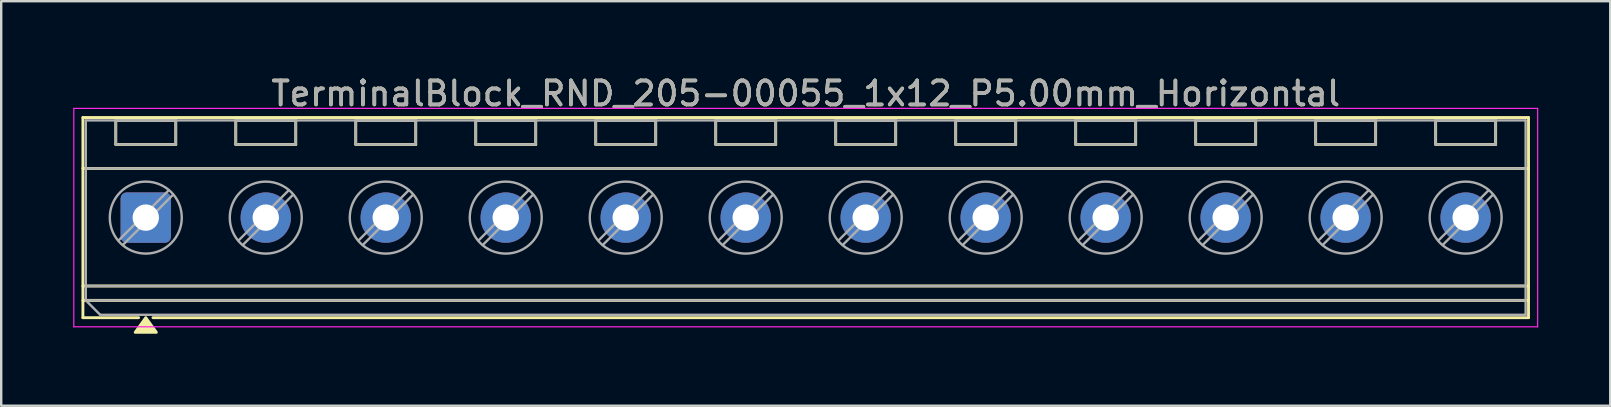
<source format=kicad_pcb>
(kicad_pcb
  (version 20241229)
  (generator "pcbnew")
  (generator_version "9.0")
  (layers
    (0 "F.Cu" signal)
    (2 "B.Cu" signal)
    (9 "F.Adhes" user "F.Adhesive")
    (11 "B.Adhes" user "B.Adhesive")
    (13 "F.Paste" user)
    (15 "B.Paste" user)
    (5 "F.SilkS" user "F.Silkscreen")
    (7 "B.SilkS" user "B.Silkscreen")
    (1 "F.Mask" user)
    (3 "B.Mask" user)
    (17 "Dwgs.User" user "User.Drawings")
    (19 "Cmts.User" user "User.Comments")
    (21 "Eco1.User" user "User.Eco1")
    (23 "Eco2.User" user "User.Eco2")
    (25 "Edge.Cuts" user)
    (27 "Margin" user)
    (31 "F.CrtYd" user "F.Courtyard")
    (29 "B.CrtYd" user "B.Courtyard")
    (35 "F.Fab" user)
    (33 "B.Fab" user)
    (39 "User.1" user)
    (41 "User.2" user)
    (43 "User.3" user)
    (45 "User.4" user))
  (footprint "TerminalBlock_RND_205-00055_1x12_P5.00mm_Horizontal"
    (layer "F.Cu")
    (at 3.025 6.018)
    (property "Reference" "TerminalBlock_RND_205-00055_1x12_P5.00mm_Horizontal" (at 27.5 -5.17 0) (layer "F.SilkS") (effects (font (size 1 1) (thickness 0.15))))
    (attr through_hole)
    (fp_line (start -2.62 -4.17) (end -2.62 4.17) (stroke (width 0.12) (type solid)) (layer "F.SilkS"))
    (fp_line (start -2.62 -4.17) (end 57.62 -4.17) (stroke (width 0.12) (type solid)) (layer "F.SilkS"))
    (fp_line (start -2.62 -2.05) (end 57.62 -2.05) (stroke (width 0.12) (type solid)) (layer "F.SilkS"))
    (fp_line (start -2.62 2.85) (end 57.62 2.85) (stroke (width 0.12) (type solid)) (layer "F.SilkS"))
    (fp_line (start -2.62 3.45) (end 57.62 3.45) (stroke (width 0.12) (type solid)) (layer "F.SilkS"))
    (fp_line (start -2.62 4.17) (end -0.3 4.17) (stroke (width 0.12) (type solid)) (layer "F.SilkS"))
    (fp_line (start -1.25 -4.05) (end -1.25 -3.05) (stroke (width 0.12) (type solid)) (layer "F.SilkS"))
    (fp_line (start -1.25 -4.05) (end 1.25 -4.05) (stroke (width 0.12) (type solid)) (layer "F.SilkS"))
    (fp_line (start -1.25 -3.05) (end 1.25 -3.05) (stroke (width 0.12) (type solid)) (layer "F.SilkS"))
    (fp_line (start 0.3 4.17) (end 57.62 4.17) (stroke (width 0.12) (type solid)) (layer "F.SilkS"))
    (fp_line (start 1.25 -4.05) (end 1.25 -3.05) (stroke (width 0.12) (type solid)) (layer "F.SilkS"))
    (fp_line (start 3.75 -4.05) (end 3.75 -3.05) (stroke (width 0.12) (type solid)) (layer "F.SilkS"))
    (fp_line (start 3.75 -4.05) (end 6.25 -4.05) (stroke (width 0.12) (type solid)) (layer "F.SilkS"))
    (fp_line (start 3.75 -3.05) (end 6.25 -3.05) (stroke (width 0.12) (type solid)) (layer "F.SilkS"))
    (fp_line (start 6.25 -4.05) (end 6.25 -3.05) (stroke (width 0.12) (type solid)) (layer "F.SilkS"))
    (fp_line (start 8.75 -4.05) (end 8.75 -3.05) (stroke (width 0.12) (type solid)) (layer "F.SilkS"))
    (fp_line (start 8.75 -4.05) (end 11.25 -4.05) (stroke (width 0.12) (type solid)) (layer "F.SilkS"))
    (fp_line (start 8.75 -3.05) (end 11.25 -3.05) (stroke (width 0.12) (type solid)) (layer "F.SilkS"))
    (fp_line (start 11.25 -4.05) (end 11.25 -3.05) (stroke (width 0.12) (type solid)) (layer "F.SilkS"))
    (fp_line (start 13.75 -4.05) (end 13.75 -3.05) (stroke (width 0.12) (type solid)) (layer "F.SilkS"))
    (fp_line (start 13.75 -4.05) (end 16.25 -4.05) (stroke (width 0.12) (type solid)) (layer "F.SilkS"))
    (fp_line (start 13.75 -3.05) (end 16.25 -3.05) (stroke (width 0.12) (type solid)) (layer "F.SilkS"))
    (fp_line (start 16.25 -4.05) (end 16.25 -3.05) (stroke (width 0.12) (type solid)) (layer "F.SilkS"))
    (fp_line (start 18.75 -4.05) (end 18.75 -3.05) (stroke (width 0.12) (type solid)) (layer "F.SilkS"))
    (fp_line (start 18.75 -4.05) (end 21.25 -4.05) (stroke (width 0.12) (type solid)) (layer "F.SilkS"))
    (fp_line (start 18.75 -3.05) (end 21.25 -3.05) (stroke (width 0.12) (type solid)) (layer "F.SilkS"))
    (fp_line (start 21.25 -4.05) (end 21.25 -3.05) (stroke (width 0.12) (type solid)) (layer "F.SilkS"))
    (fp_line (start 23.75 -4.05) (end 23.75 -3.05) (stroke (width 0.12) (type solid)) (layer "F.SilkS"))
    (fp_line (start 23.75 -4.05) (end 26.25 -4.05) (stroke (width 0.12) (type solid)) (layer "F.SilkS"))
    (fp_line (start 23.75 -3.05) (end 26.25 -3.05) (stroke (width 0.12) (type solid)) (layer "F.SilkS"))
    (fp_line (start 26.25 -4.05) (end 26.25 -3.05) (stroke (width 0.12) (type solid)) (layer "F.SilkS"))
    (fp_line (start 28.75 -4.05) (end 28.75 -3.05) (stroke (width 0.12) (type solid)) (layer "F.SilkS"))
    (fp_line (start 28.75 -4.05) (end 31.25 -4.05) (stroke (width 0.12) (type solid)) (layer "F.SilkS"))
    (fp_line (start 28.75 -3.05) (end 31.25 -3.05) (stroke (width 0.12) (type solid)) (layer "F.SilkS"))
    (fp_line (start 31.25 -4.05) (end 31.25 -3.05) (stroke (width 0.12) (type solid)) (layer "F.SilkS"))
    (fp_line (start 33.75 -4.05) (end 33.75 -3.05) (stroke (width 0.12) (type solid)) (layer "F.SilkS"))
    (fp_line (start 33.75 -4.05) (end 36.25 -4.05) (stroke (width 0.12) (type solid)) (layer "F.SilkS"))
    (fp_line (start 33.75 -3.05) (end 36.25 -3.05) (stroke (width 0.12) (type solid)) (layer "F.SilkS"))
    (fp_line (start 36.25 -4.05) (end 36.25 -3.05) (stroke (width 0.12) (type solid)) (layer "F.SilkS"))
    (fp_line (start 38.75 -4.05) (end 38.75 -3.05) (stroke (width 0.12) (type solid)) (layer "F.SilkS"))
    (fp_line (start 38.75 -4.05) (end 41.25 -4.05) (stroke (width 0.12) (type solid)) (layer "F.SilkS"))
    (fp_line (start 38.75 -3.05) (end 41.25 -3.05) (stroke (width 0.12) (type solid)) (layer "F.SilkS"))
    (fp_line (start 41.25 -4.05) (end 41.25 -3.05) (stroke (width 0.12) (type solid)) (layer "F.SilkS"))
    (fp_line (start 43.75 -4.05) (end 43.75 -3.05) (stroke (width 0.12) (type solid)) (layer "F.SilkS"))
    (fp_line (start 43.75 -4.05) (end 46.25 -4.05) (stroke (width 0.12) (type solid)) (layer "F.SilkS"))
    (fp_line (start 43.75 -3.05) (end 46.25 -3.05) (stroke (width 0.12) (type solid)) (layer "F.SilkS"))
    (fp_line (start 46.25 -4.05) (end 46.25 -3.05) (stroke (width 0.12) (type solid)) (layer "F.SilkS"))
    (fp_line (start 48.75 -4.05) (end 48.75 -3.05) (stroke (width 0.12) (type solid)) (layer "F.SilkS"))
    (fp_line (start 48.75 -4.05) (end 51.25 -4.05) (stroke (width 0.12) (type solid)) (layer "F.SilkS"))
    (fp_line (start 48.75 -3.05) (end 51.25 -3.05) (stroke (width 0.12) (type solid)) (layer "F.SilkS"))
    (fp_line (start 51.25 -4.05) (end 51.25 -3.05) (stroke (width 0.12) (type solid)) (layer "F.SilkS"))
    (fp_line (start 53.75 -4.05) (end 53.75 -3.05) (stroke (width 0.12) (type solid)) (layer "F.SilkS"))
    (fp_line (start 53.75 -4.05) (end 56.25 -4.05) (stroke (width 0.12) (type solid)) (layer "F.SilkS"))
    (fp_line (start 53.75 -3.05) (end 56.25 -3.05) (stroke (width 0.12) (type solid)) (layer "F.SilkS"))
    (fp_line (start 56.25 -4.05) (end 56.25 -3.05) (stroke (width 0.12) (type solid)) (layer "F.SilkS"))
    (fp_line (start 57.62 -4.17) (end 57.62 4.17) (stroke (width 0.12) (type solid)) (layer "F.SilkS"))
    (fp_poly (pts (xy 0 4.17) (xy 0.44 4.78) (xy -0.44 4.78)) (stroke (width 0.12) (type solid)) (fill yes) (layer "F.SilkS"))
    (fp_line (start -3 -4.55) (end -3 4.55) (stroke (width 0.05) (type solid)) (layer "F.CrtYd"))
    (fp_line (start -3 4.55) (end 58 4.55) (stroke (width 0.05) (type solid)) (layer "F.CrtYd"))
    (fp_line (start 58 -4.55) (end -3 -4.55) (stroke (width 0.05) (type solid)) (layer "F.CrtYd"))
    (fp_line (start 58 4.55) (end 58 -4.55) (stroke (width 0.05) (type solid)) (layer "F.CrtYd"))
    (fp_line (start -2.5 -4.05) (end 57.5 -4.05) (stroke (width 0.1) (type solid)) (layer "F.Fab"))
    (fp_line (start -2.5 -2.05) (end 57.5 -2.05) (stroke (width 0.1) (type solid)) (layer "F.Fab"))
    (fp_line (start -2.5 2.85) (end 57.5 2.85) (stroke (width 0.1) (type solid)) (layer "F.Fab"))
    (fp_line (start -2.5 3.45) (end -2.5 -4.05) (stroke (width 0.1) (type solid)) (layer "F.Fab"))
    (fp_line (start -2.5 3.45) (end 57.5 3.45) (stroke (width 0.1) (type solid)) (layer "F.Fab"))
    (fp_line (start -1.9 4.05) (end -2.5 3.45) (stroke (width 0.1) (type solid)) (layer "F.Fab"))
    (fp_line (start -1.25 -4.05) (end -1.25 -3.05) (stroke (width 0.1) (type solid)) (layer "F.Fab"))
    (fp_line (start -1.25 -3.05) (end 1.25 -3.05) (stroke (width 0.1) (type solid)) (layer "F.Fab"))
    (fp_line (start 0.955 -1.138) (end -1.138 0.954) (stroke (width 0.1) (type solid)) (layer "F.Fab"))
    (fp_line (start 1.138 -0.954) (end -0.955 1.137) (stroke (width 0.1) (type solid)) (layer "F.Fab"))
    (fp_line (start 1.25 -4.05) (end -1.25 -4.05) (stroke (width 0.1) (type solid)) (layer "F.Fab"))
    (fp_line (start 1.25 -3.05) (end 1.25 -4.05) (stroke (width 0.1) (type solid)) (layer "F.Fab"))
    (fp_line (start 3.75 -4.05) (end 3.75 -3.05) (stroke (width 0.1) (type solid)) (layer "F.Fab"))
    (fp_line (start 3.75 -3.05) (end 6.25 -3.05) (stroke (width 0.1) (type solid)) (layer "F.Fab"))
    (fp_line (start 5.955 -1.138) (end 3.862 0.954) (stroke (width 0.1) (type solid)) (layer "F.Fab"))
    (fp_line (start 6.138 -0.954) (end 4.045 1.137) (stroke (width 0.1) (type solid)) (layer "F.Fab"))
    (fp_line (start 6.25 -4.05) (end 3.75 -4.05) (stroke (width 0.1) (type solid)) (layer "F.Fab"))
    (fp_line (start 6.25 -3.05) (end 6.25 -4.05) (stroke (width 0.1) (type solid)) (layer "F.Fab"))
    (fp_line (start 8.75 -4.05) (end 8.75 -3.05) (stroke (width 0.1) (type solid)) (layer "F.Fab"))
    (fp_line (start 8.75 -3.05) (end 11.25 -3.05) (stroke (width 0.1) (type solid)) (layer "F.Fab"))
    (fp_line (start 10.955 -1.138) (end 8.862 0.954) (stroke (width 0.1) (type solid)) (layer "F.Fab"))
    (fp_line (start 11.138 -0.954) (end 9.045 1.137) (stroke (width 0.1) (type solid)) (layer "F.Fab"))
    (fp_line (start 11.25 -4.05) (end 8.75 -4.05) (stroke (width 0.1) (type solid)) (layer "F.Fab"))
    (fp_line (start 11.25 -3.05) (end 11.25 -4.05) (stroke (width 0.1) (type solid)) (layer "F.Fab"))
    (fp_line (start 13.75 -4.05) (end 13.75 -3.05) (stroke (width 0.1) (type solid)) (layer "F.Fab"))
    (fp_line (start 13.75 -3.05) (end 16.25 -3.05) (stroke (width 0.1) (type solid)) (layer "F.Fab"))
    (fp_line (start 15.955 -1.138) (end 13.862 0.954) (stroke (width 0.1) (type solid)) (layer "F.Fab"))
    (fp_line (start 16.138 -0.954) (end 14.045 1.137) (stroke (width 0.1) (type solid)) (layer "F.Fab"))
    (fp_line (start 16.25 -4.05) (end 13.75 -4.05) (stroke (width 0.1) (type solid)) (layer "F.Fab"))
    (fp_line (start 16.25 -3.05) (end 16.25 -4.05) (stroke (width 0.1) (type solid)) (layer "F.Fab"))
    (fp_line (start 18.75 -4.05) (end 18.75 -3.05) (stroke (width 0.1) (type solid)) (layer "F.Fab"))
    (fp_line (start 18.75 -3.05) (end 21.25 -3.05) (stroke (width 0.1) (type solid)) (layer "F.Fab"))
    (fp_line (start 20.955 -1.138) (end 18.862 0.954) (stroke (width 0.1) (type solid)) (layer "F.Fab"))
    (fp_line (start 21.138 -0.954) (end 19.045 1.137) (stroke (width 0.1) (type solid)) (layer "F.Fab"))
    (fp_line (start 21.25 -4.05) (end 18.75 -4.05) (stroke (width 0.1) (type solid)) (layer "F.Fab"))
    (fp_line (start 21.25 -3.05) (end 21.25 -4.05) (stroke (width 0.1) (type solid)) (layer "F.Fab"))
    (fp_line (start 23.75 -4.05) (end 23.75 -3.05) (stroke (width 0.1) (type solid)) (layer "F.Fab"))
    (fp_line (start 23.75 -3.05) (end 26.25 -3.05) (stroke (width 0.1) (type solid)) (layer "F.Fab"))
    (fp_line (start 25.955 -1.138) (end 23.862 0.954) (stroke (width 0.1) (type solid)) (layer "F.Fab"))
    (fp_line (start 26.138 -0.954) (end 24.045 1.137) (stroke (width 0.1) (type solid)) (layer "F.Fab"))
    (fp_line (start 26.25 -4.05) (end 23.75 -4.05) (stroke (width 0.1) (type solid)) (layer "F.Fab"))
    (fp_line (start 26.25 -3.05) (end 26.25 -4.05) (stroke (width 0.1) (type solid)) (layer "F.Fab"))
    (fp_line (start 28.75 -4.05) (end 28.75 -3.05) (stroke (width 0.1) (type solid)) (layer "F.Fab"))
    (fp_line (start 28.75 -3.05) (end 31.25 -3.05) (stroke (width 0.1) (type solid)) (layer "F.Fab"))
    (fp_line (start 30.955 -1.138) (end 28.862 0.954) (stroke (width 0.1) (type solid)) (layer "F.Fab"))
    (fp_line (start 31.138 -0.954) (end 29.045 1.137) (stroke (width 0.1) (type solid)) (layer "F.Fab"))
    (fp_line (start 31.25 -4.05) (end 28.75 -4.05) (stroke (width 0.1) (type solid)) (layer "F.Fab"))
    (fp_line (start 31.25 -3.05) (end 31.25 -4.05) (stroke (width 0.1) (type solid)) (layer "F.Fab"))
    (fp_line (start 33.75 -4.05) (end 33.75 -3.05) (stroke (width 0.1) (type solid)) (layer "F.Fab"))
    (fp_line (start 33.75 -3.05) (end 36.25 -3.05) (stroke (width 0.1) (type solid)) (layer "F.Fab"))
    (fp_line (start 35.955 -1.138) (end 33.862 0.954) (stroke (width 0.1) (type solid)) (layer "F.Fab"))
    (fp_line (start 36.138 -0.954) (end 34.045 1.137) (stroke (width 0.1) (type solid)) (layer "F.Fab"))
    (fp_line (start 36.25 -4.05) (end 33.75 -4.05) (stroke (width 0.1) (type solid)) (layer "F.Fab"))
    (fp_line (start 36.25 -3.05) (end 36.25 -4.05) (stroke (width 0.1) (type solid)) (layer "F.Fab"))
    (fp_line (start 38.75 -4.05) (end 38.75 -3.05) (stroke (width 0.1) (type solid)) (layer "F.Fab"))
    (fp_line (start 38.75 -3.05) (end 41.25 -3.05) (stroke (width 0.1) (type solid)) (layer "F.Fab"))
    (fp_line (start 40.955 -1.138) (end 38.862 0.954) (stroke (width 0.1) (type solid)) (layer "F.Fab"))
    (fp_line (start 41.138 -0.954) (end 39.045 1.137) (stroke (width 0.1) (type solid)) (layer "F.Fab"))
    (fp_line (start 41.25 -4.05) (end 38.75 -4.05) (stroke (width 0.1) (type solid)) (layer "F.Fab"))
    (fp_line (start 41.25 -3.05) (end 41.25 -4.05) (stroke (width 0.1) (type solid)) (layer "F.Fab"))
    (fp_line (start 43.75 -4.05) (end 43.75 -3.05) (stroke (width 0.1) (type solid)) (layer "F.Fab"))
    (fp_line (start 43.75 -3.05) (end 46.25 -3.05) (stroke (width 0.1) (type solid)) (layer "F.Fab"))
    (fp_line (start 45.955 -1.138) (end 43.862 0.954) (stroke (width 0.1) (type solid)) (layer "F.Fab"))
    (fp_line (start 46.138 -0.954) (end 44.045 1.137) (stroke (width 0.1) (type solid)) (layer "F.Fab"))
    (fp_line (start 46.25 -4.05) (end 43.75 -4.05) (stroke (width 0.1) (type solid)) (layer "F.Fab"))
    (fp_line (start 46.25 -3.05) (end 46.25 -4.05) (stroke (width 0.1) (type solid)) (layer "F.Fab"))
    (fp_line (start 48.75 -4.05) (end 48.75 -3.05) (stroke (width 0.1) (type solid)) (layer "F.Fab"))
    (fp_line (start 48.75 -3.05) (end 51.25 -3.05) (stroke (width 0.1) (type solid)) (layer "F.Fab"))
    (fp_line (start 50.955 -1.138) (end 48.862 0.954) (stroke (width 0.1) (type solid)) (layer "F.Fab"))
    (fp_line (start 51.138 -0.954) (end 49.045 1.137) (stroke (width 0.1) (type solid)) (layer "F.Fab"))
    (fp_line (start 51.25 -4.05) (end 48.75 -4.05) (stroke (width 0.1) (type solid)) (layer "F.Fab"))
    (fp_line (start 51.25 -3.05) (end 51.25 -4.05) (stroke (width 0.1) (type solid)) (layer "F.Fab"))
    (fp_line (start 53.75 -4.05) (end 53.75 -3.05) (stroke (width 0.1) (type solid)) (layer "F.Fab"))
    (fp_line (start 53.75 -3.05) (end 56.25 -3.05) (stroke (width 0.1) (type solid)) (layer "F.Fab"))
    (fp_line (start 55.955 -1.138) (end 53.862 0.954) (stroke (width 0.1) (type solid)) (layer "F.Fab"))
    (fp_line (start 56.138 -0.954) (end 54.045 1.137) (stroke (width 0.1) (type solid)) (layer "F.Fab"))
    (fp_line (start 56.25 -4.05) (end 53.75 -4.05) (stroke (width 0.1) (type solid)) (layer "F.Fab"))
    (fp_line (start 56.25 -3.05) (end 56.25 -4.05) (stroke (width 0.1) (type solid)) (layer "F.Fab"))
    (fp_line (start 57.5 -4.05) (end 57.5 4.05) (stroke (width 0.1) (type solid)) (layer "F.Fab"))
    (fp_line (start 57.5 4.05) (end -1.9 4.05) (stroke (width 0.1) (type solid)) (layer "F.Fab"))
    (fp_circle (center 0 0) (end 1.5 0) (stroke (width 0.1) (type solid)) (fill no) (layer "F.Fab"))
    (fp_circle (center 5 0) (end 6.5 0) (stroke (width 0.1) (type solid)) (fill no) (layer "F.Fab"))
    (fp_circle (center 10 0) (end 11.5 0) (stroke (width 0.1) (type solid)) (fill no) (layer "F.Fab"))
    (fp_circle (center 15 0) (end 16.5 0) (stroke (width 0.1) (type solid)) (fill no) (layer "F.Fab"))
    (fp_circle (center 20 0) (end 21.5 0) (stroke (width 0.1) (type solid)) (fill no) (layer "F.Fab"))
    (fp_circle (center 25 0) (end 26.5 0) (stroke (width 0.1) (type solid)) (fill no) (layer "F.Fab"))
    (fp_circle (center 30 0) (end 31.5 0) (stroke (width 0.1) (type solid)) (fill no) (layer "F.Fab"))
    (fp_circle (center 35 0) (end 36.5 0) (stroke (width 0.1) (type solid)) (fill no) (layer "F.Fab"))
    (fp_circle (center 40 0) (end 41.5 0) (stroke (width 0.1) (type solid)) (fill no) (layer "F.Fab"))
    (fp_circle (center 45 0) (end 46.5 0) (stroke (width 0.1) (type solid)) (fill no) (layer "F.Fab"))
    (fp_circle (center 50 0) (end 51.5 0) (stroke (width 0.1) (type solid)) (fill no) (layer "F.Fab"))
    (fp_circle (center 55 0) (end 56.5 0) (stroke (width 0.1) (type solid)) (fill no) (layer "F.Fab"))
    (fp_text user "${REFERENCE}" (at 27.5 -5.17 0) (layer "F.Fab") (effects (font (size 1 1) (thickness 0.15))))
    (pad "1" thru_hole roundrect (at 0 0) (size 2.1 2.1) (drill 1.1) (layers "*.Cu" "*.Mask") (roundrect_rratio 0.119))
    (pad "2" thru_hole circle (at 5 0) (size 2.1 2.1) (drill 1.1) (layers "*.Cu" "*.Mask"))
    (pad "3" thru_hole circle (at 10 0) (size 2.1 2.1) (drill 1.1) (layers "*.Cu" "*.Mask"))
    (pad "4" thru_hole circle (at 15 0) (size 2.1 2.1) (drill 1.1) (layers "*.Cu" "*.Mask"))
    (pad "5" thru_hole circle (at 20 0) (size 2.1 2.1) (drill 1.1) (layers "*.Cu" "*.Mask"))
    (pad "6" thru_hole circle (at 25 0) (size 2.1 2.1) (drill 1.1) (layers "*.Cu" "*.Mask"))
    (pad "7" thru_hole circle (at 30 0) (size 2.1 2.1) (drill 1.1) (layers "*.Cu" "*.Mask"))
    (pad "8" thru_hole circle (at 35 0) (size 2.1 2.1) (drill 1.1) (layers "*.Cu" "*.Mask"))
    (pad "9" thru_hole circle (at 40 0) (size 2.1 2.1) (drill 1.1) (layers "*.Cu" "*.Mask"))
    (pad "10" thru_hole circle (at 45 0) (size 2.1 2.1) (drill 1.1) (layers "*.Cu" "*.Mask"))
    (pad "11" thru_hole circle (at 50 0) (size 2.1 2.1) (drill 1.1) (layers "*.Cu" "*.Mask"))
    (pad "12" thru_hole circle (at 55 0) (size 2.1 2.1) (drill 1.1) (layers "*.Cu" "*.Mask")))
  (gr_rect
    (start -3 -3)
    (end 64.05 13.858)
    (stroke (width 0.1) (type default))
    (fill no)
    (layer "Edge.Cuts")))
</source>
